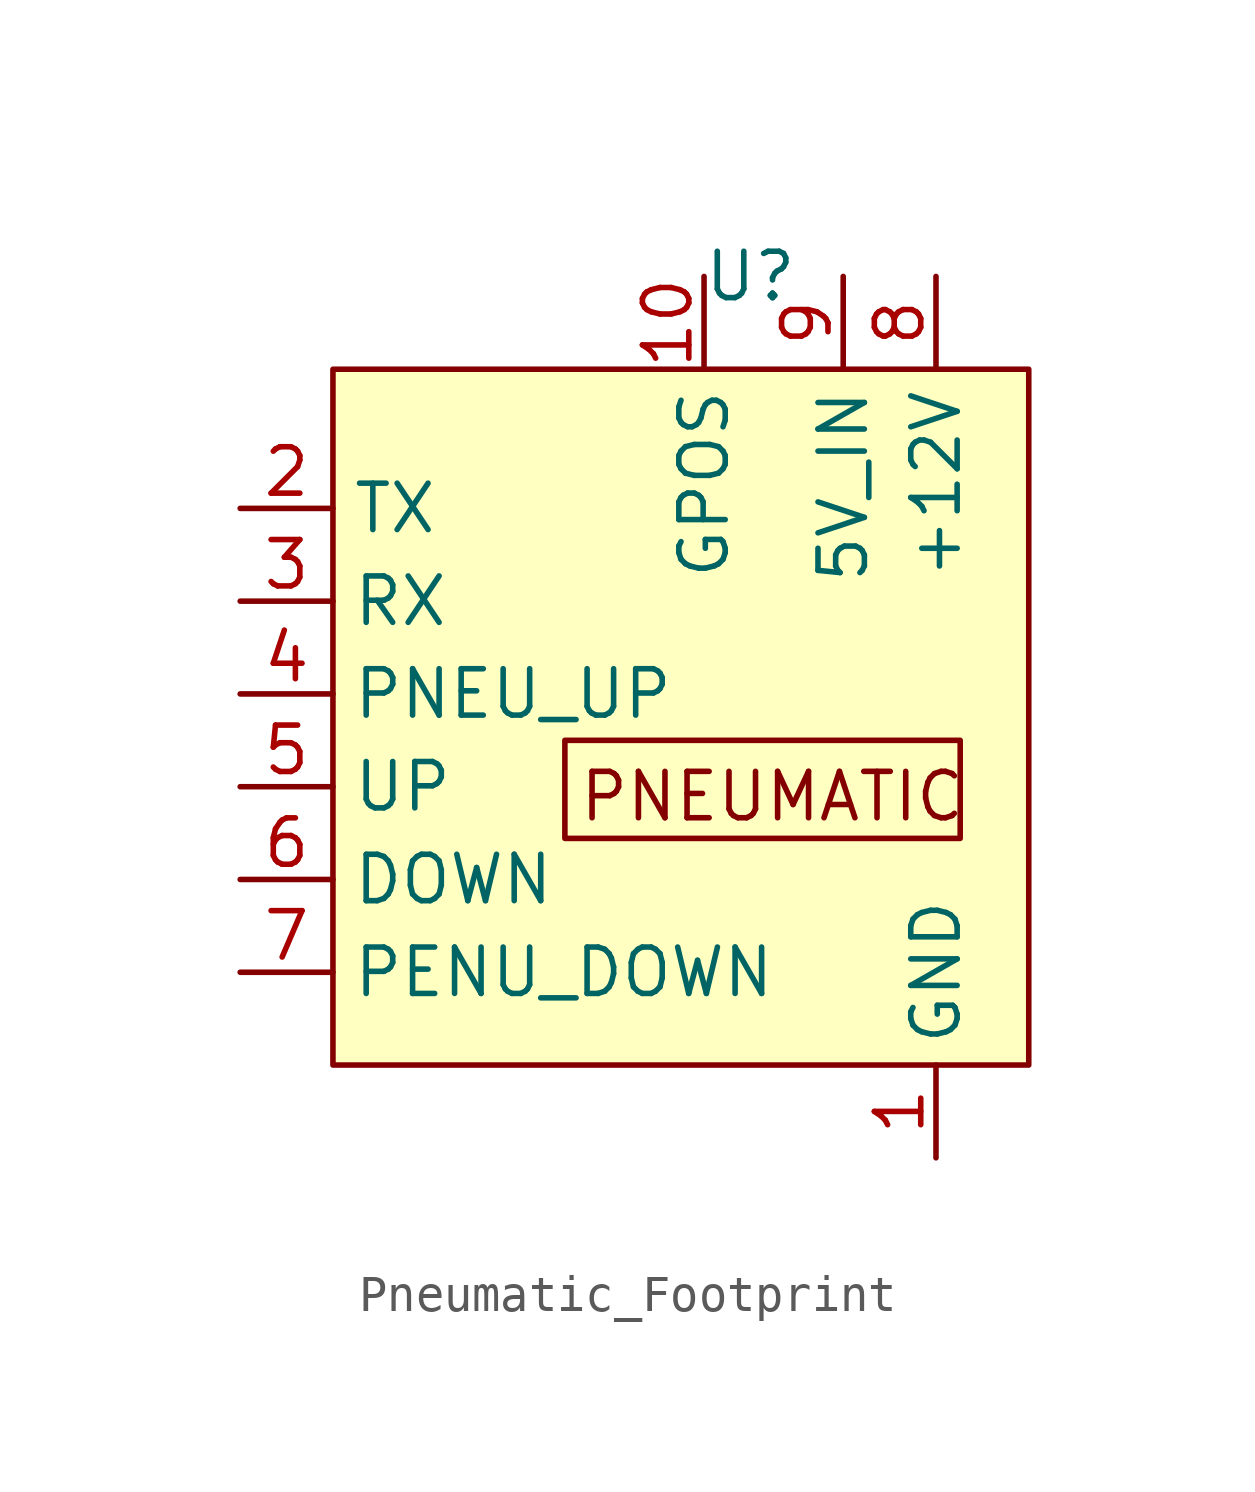
<source format=kicad_sym>
(kicad_symbol_lib
  (version 20241209)
  (generator "kicad_symbol_editor")
  (generator_version "9.0")
  (symbol "Pneumatic_Footprint"
    (property "Reference" "U"
      (at 0 0 0)
      (effects (font (size 1.27 1.27))))
    (property "Value" ""
      (at 0 0 0)
      (effects (font (size 1.27 1.27))))
    (symbol "Pneumatic_Footprint_1_0"
      (pin input line (at -13.97 -11.43 0) (length 2.54) (name "PNEU_UP" (effects (font (size 1.27 1.27)))) (number "4" (effects (font (size 1.27 1.27))))))
    (symbol "Pneumatic_Footprint_1_1"
      (rectangle (start -11.43 -2.54) (end 7.62 -21.59) (stroke (width 0) (type solid)) (fill (type color) (color 255 255 194 1)))
      (rectangle (start -5.08 -12.7) (end 5.743 -15.385) (stroke (width 0) (type default)) (fill (type none)))
      (text "PNEUMATIC\n" (at 0.593 -14.24 0) (effects (font (size 1.27 1.27))))
      (pin input line (at -13.97 -6.35 0) (length 2.54) (name "TX" (effects (font (size 1.27 1.27)))) (number "2" (effects (font (size 1.27 1.27)))))
      (pin input line (at -13.97 -8.89 0) (length 2.54) (name "RX" (effects (font (size 1.27 1.27)))) (number "3" (effects (font (size 1.27 1.27)))))
      (pin input line (at -13.97 -13.97 0) (length 2.54) (name "UP" (effects (font (size 1.27 1.27)))) (number "5" (effects (font (size 1.27 1.27)))))
      (pin input line (at -13.97 -16.51 0) (length 2.54) (name "DOWN" (effects (font (size 1.27 1.27)))) (number "6" (effects (font (size 1.27 1.27)))))
      (pin input line (at -13.97 -19.05 0) (length 2.54) (name "PENU_DOWN" (effects (font (size 1.27 1.27)))) (number "7" (effects (font (size 1.27 1.27)))))
      (pin input line (at -1.27 0 270) (length 2.54) (name "GPOS\n" (effects (font (size 1.27 1.27)))) (number "10" (effects (font (size 1.27 1.27)))))
      (pin input line (at 2.54 0 270) (length 2.54) (name "5V_IN" (effects (font (size 1.27 1.27)))) (number "9" (effects (font (size 1.27 1.27)))))
      (pin input line (at 5.08 0 270) (length 2.54) (name "+12V" (effects (font (size 1.27 1.27)))) (number "8" (effects (font (size 1.27 1.27)))))
      (pin input line (at 5.08 -24.13 90) (length 2.54) (name "GND" (effects (font (size 1.27 1.27)))) (number "1" (effects (font (size 1.27 1.27))))))))
</source>
